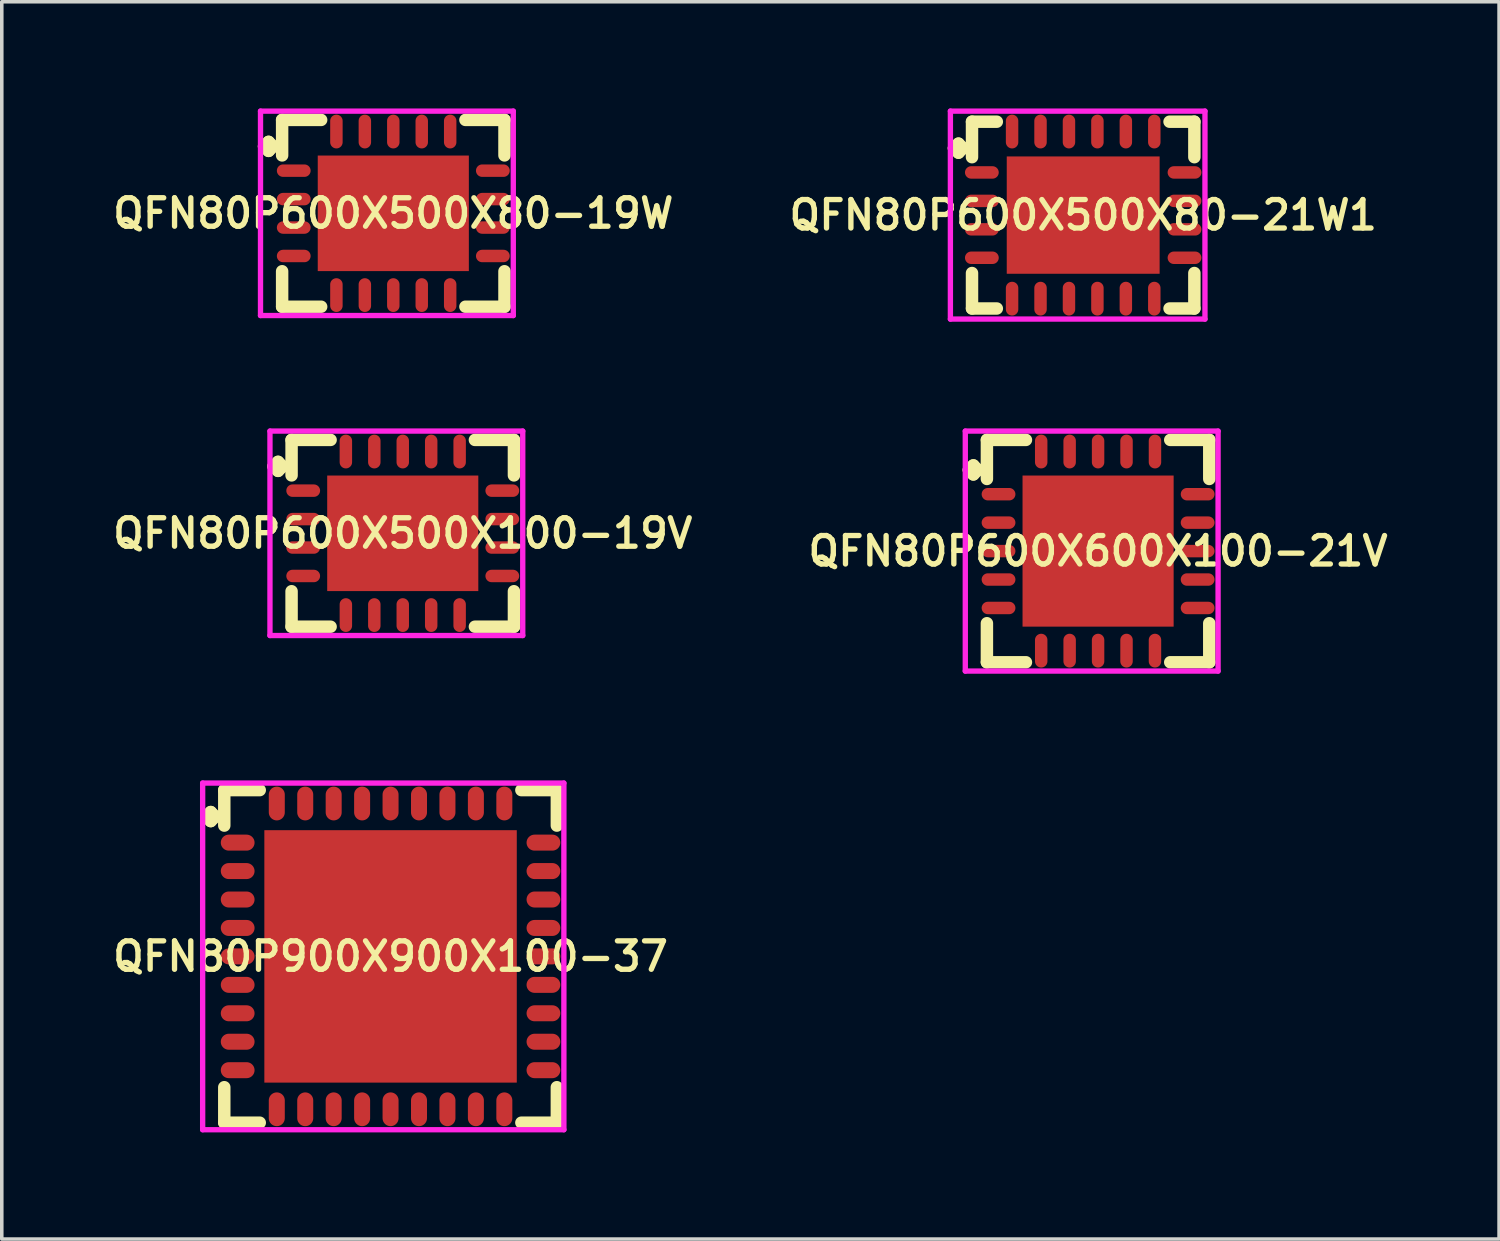
<source format=kicad_pcb>
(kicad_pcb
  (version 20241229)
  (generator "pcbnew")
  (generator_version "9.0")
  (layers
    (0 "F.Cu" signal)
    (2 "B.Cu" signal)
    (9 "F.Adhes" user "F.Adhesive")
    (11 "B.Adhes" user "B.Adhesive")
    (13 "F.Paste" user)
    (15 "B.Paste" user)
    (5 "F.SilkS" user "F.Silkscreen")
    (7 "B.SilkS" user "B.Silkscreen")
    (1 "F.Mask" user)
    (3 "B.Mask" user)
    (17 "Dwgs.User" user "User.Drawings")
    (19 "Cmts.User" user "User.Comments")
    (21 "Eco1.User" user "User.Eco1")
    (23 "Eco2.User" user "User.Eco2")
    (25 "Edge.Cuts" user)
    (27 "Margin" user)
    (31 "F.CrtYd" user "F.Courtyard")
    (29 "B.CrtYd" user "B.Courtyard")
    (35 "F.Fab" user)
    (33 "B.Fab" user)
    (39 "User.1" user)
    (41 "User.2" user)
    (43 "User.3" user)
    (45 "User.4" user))
  (footprint "QFN80P600X600X100-21V"
    (layer "F.Cu")
    (at 27.835 12.45)
    (property "Reference" "QFN80P600X600X100-21V" (at 0 0 0) (layer "F.SilkS") (effects (font (size 0.8 0.8) (thickness 0.15))))
    (attr smd)
    (fp_line (start -3.635 -2.283) (end -3.508 -2.41) (stroke (width 0.35) (type solid)) (layer "F.SilkS"))
    (fp_line (start -3.508 -2.41) (end -3.381 -2.283) (stroke (width 0.35) (type solid)) (layer "F.SilkS"))
    (fp_line (start -3.508 -2.156) (end -3.635 -2.283) (stroke (width 0.35) (type solid)) (layer "F.SilkS"))
    (fp_line (start -3.381 -2.283) (end -3.508 -2.156) (stroke (width 0.35) (type solid)) (layer "F.SilkS"))
    (fp_line (start -3.127 -3.127) (end -2.029 -3.127) (stroke (width 0.35) (type solid)) (layer "F.SilkS"))
    (fp_line (start -3.127 -2.029) (end -3.127 -3.127) (stroke (width 0.35) (type solid)) (layer "F.SilkS"))
    (fp_line (start -3.127 2.029) (end -3.127 3.127) (stroke (width 0.35) (type solid)) (layer "F.SilkS"))
    (fp_line (start -3.127 3.127) (end -2.029 3.127) (stroke (width 0.35) (type solid)) (layer "F.SilkS"))
    (fp_line (start 2.029 -3.127) (end 3.127 -3.127) (stroke (width 0.35) (type solid)) (layer "F.SilkS"))
    (fp_line (start 2.029 3.127) (end 3.127 3.127) (stroke (width 0.35) (type solid)) (layer "F.SilkS"))
    (fp_line (start 3.127 -3.127) (end 3.127 -2.029) (stroke (width 0.35) (type solid)) (layer "F.SilkS"))
    (fp_line (start 3.127 3.127) (end 3.127 2.029) (stroke (width 0.35) (type solid)) (layer "F.SilkS"))
    (fp_line (start -3.735 -3.375) (end 3.375 -3.375) (stroke (width 0.15) (type solid)) (layer "F.CrtYd"))
    (fp_line (start -3.735 3.375) (end -3.735 -3.375) (stroke (width 0.15) (type solid)) (layer "F.CrtYd"))
    (fp_line (start 3.375 -3.375) (end 3.375 3.375) (stroke (width 0.15) (type solid)) (layer "F.CrtYd"))
    (fp_line (start 3.375 3.375) (end -3.735 3.375) (stroke (width 0.15) (type solid)) (layer "F.CrtYd"))
    (pad "1" smd oval (at -2.8 -1.6) (size 0.95 0.35) (layers "F.Cu" "F.Mask" "F.Paste"))
    (pad "2" smd oval (at -2.8 -0.8) (size 0.95 0.35) (layers "F.Cu" "F.Mask" "F.Paste"))
    (pad "3" smd oval (at -2.8 0) (size 0.95 0.35) (layers "F.Cu" "F.Mask" "F.Paste"))
    (pad "4" smd oval (at -2.8 0.8) (size 0.95 0.35) (layers "F.Cu" "F.Mask" "F.Paste"))
    (pad "5" smd oval (at -2.8 1.6) (size 0.95 0.35) (layers "F.Cu" "F.Mask" "F.Paste"))
    (pad "6" smd oval (at -1.6 2.8) (size 0.35 0.95) (layers "F.Cu" "F.Mask" "F.Paste"))
    (pad "7" smd oval (at -0.8 2.8) (size 0.35 0.95) (layers "F.Cu" "F.Mask" "F.Paste"))
    (pad "8" smd oval (at 0 2.8) (size 0.35 0.95) (layers "F.Cu" "F.Mask" "F.Paste"))
    (pad "9" smd oval (at 0.8 2.8) (size 0.35 0.95) (layers "F.Cu" "F.Mask" "F.Paste"))
    (pad "10" smd oval (at 1.6 2.8) (size 0.35 0.95) (layers "F.Cu" "F.Mask" "F.Paste"))
    (pad "11" smd oval (at 2.8 1.6) (size 0.95 0.35) (layers "F.Cu" "F.Mask" "F.Paste"))
    (pad "12" smd oval (at 2.8 0.8) (size 0.95 0.35) (layers "F.Cu" "F.Mask" "F.Paste"))
    (pad "13" smd oval (at 2.8 0) (size 0.95 0.35) (layers "F.Cu" "F.Mask" "F.Paste"))
    (pad "14" smd oval (at 2.8 -0.8) (size 0.95 0.35) (layers "F.Cu" "F.Mask" "F.Paste"))
    (pad "15" smd oval (at 2.8 -1.6) (size 0.95 0.35) (layers "F.Cu" "F.Mask" "F.Paste"))
    (pad "16" smd oval (at 1.6 -2.8) (size 0.35 0.95) (layers "F.Cu" "F.Mask" "F.Paste"))
    (pad "17" smd oval (at 0.8 -2.8) (size 0.35 0.95) (layers "F.Cu" "F.Mask" "F.Paste"))
    (pad "18" smd oval (at 0 -2.8) (size 0.35 0.95) (layers "F.Cu" "F.Mask" "F.Paste"))
    (pad "19" smd oval (at -0.8 -2.8) (size 0.35 0.95) (layers "F.Cu" "F.Mask" "F.Paste"))
    (pad "20" smd oval (at -1.6 -2.8) (size 0.35 0.95) (layers "F.Cu" "F.Mask" "F.Paste"))
    (pad "21" smd rect (at 0 0) (size 4.25 4.25) (layers "F.Cu" "F.Mask" "F.Paste")))
  (footprint "QFN80P600X500X80-19W"
    (layer "F.Cu")
    (at 8.012 2.95)
    (property "Reference" "QFN80P600X500X80-19W" (at 0 0 0) (layer "F.SilkS") (effects (font (size 0.8 0.8) (thickness 0.15))))
    (attr smd)
    (fp_line (start -3.635 -1.883) (end -3.508 -2.01) (stroke (width 0.35) (type solid)) (layer "F.SilkS"))
    (fp_line (start -3.508 -2.01) (end -3.381 -1.883) (stroke (width 0.35) (type solid)) (layer "F.SilkS"))
    (fp_line (start -3.508 -1.756) (end -3.635 -1.883) (stroke (width 0.35) (type solid)) (layer "F.SilkS"))
    (fp_line (start -3.381 -1.883) (end -3.508 -1.756) (stroke (width 0.35) (type solid)) (layer "F.SilkS"))
    (fp_line (start -3.127 -2.627) (end -2.029 -2.627) (stroke (width 0.35) (type solid)) (layer "F.SilkS"))
    (fp_line (start -3.127 -1.629) (end -3.127 -2.627) (stroke (width 0.35) (type solid)) (layer "F.SilkS"))
    (fp_line (start -3.127 1.629) (end -3.127 2.627) (stroke (width 0.35) (type solid)) (layer "F.SilkS"))
    (fp_line (start -3.127 2.627) (end -2.029 2.627) (stroke (width 0.35) (type solid)) (layer "F.SilkS"))
    (fp_line (start 2.029 -2.627) (end 3.127 -2.627) (stroke (width 0.35) (type solid)) (layer "F.SilkS"))
    (fp_line (start 2.029 2.627) (end 3.127 2.627) (stroke (width 0.35) (type solid)) (layer "F.SilkS"))
    (fp_line (start 3.127 -2.627) (end 3.127 -1.629) (stroke (width 0.35) (type solid)) (layer "F.SilkS"))
    (fp_line (start 3.127 2.627) (end 3.127 1.629) (stroke (width 0.35) (type solid)) (layer "F.SilkS"))
    (fp_line (start -3.735 -2.875) (end 3.375 -2.875) (stroke (width 0.15) (type solid)) (layer "F.CrtYd"))
    (fp_line (start -3.735 2.875) (end -3.735 -2.875) (stroke (width 0.15) (type solid)) (layer "F.CrtYd"))
    (fp_line (start 3.375 -2.875) (end 3.375 2.875) (stroke (width 0.15) (type solid)) (layer "F.CrtYd"))
    (fp_line (start 3.375 2.875) (end -3.735 2.875) (stroke (width 0.15) (type solid)) (layer "F.CrtYd"))
    (pad "1" smd oval (at -2.8 -1.2) (size 0.95 0.35) (layers "F.Cu" "F.Mask" "F.Paste"))
    (pad "2" smd oval (at -2.8 -0.4) (size 0.95 0.35) (layers "F.Cu" "F.Mask" "F.Paste"))
    (pad "3" smd oval (at -2.8 0.4) (size 0.95 0.35) (layers "F.Cu" "F.Mask" "F.Paste"))
    (pad "4" smd oval (at -2.8 1.2) (size 0.95 0.35) (layers "F.Cu" "F.Mask" "F.Paste"))
    (pad "5" smd oval (at -1.6 2.3) (size 0.35 0.95) (layers "F.Cu" "F.Mask" "F.Paste"))
    (pad "6" smd oval (at -0.8 2.3) (size 0.35 0.95) (layers "F.Cu" "F.Mask" "F.Paste"))
    (pad "7" smd oval (at 0 2.3) (size 0.35 0.95) (layers "F.Cu" "F.Mask" "F.Paste"))
    (pad "8" smd oval (at 0.8 2.3) (size 0.35 0.95) (layers "F.Cu" "F.Mask" "F.Paste"))
    (pad "9" smd oval (at 1.6 2.3) (size 0.35 0.95) (layers "F.Cu" "F.Mask" "F.Paste"))
    (pad "10" smd oval (at 2.8 1.2) (size 0.95 0.35) (layers "F.Cu" "F.Mask" "F.Paste"))
    (pad "11" smd oval (at 2.8 0.4) (size 0.95 0.35) (layers "F.Cu" "F.Mask" "F.Paste"))
    (pad "12" smd oval (at 2.8 -0.4) (size 0.95 0.35) (layers "F.Cu" "F.Mask" "F.Paste"))
    (pad "13" smd oval (at 2.8 -1.2) (size 0.95 0.35) (layers "F.Cu" "F.Mask" "F.Paste"))
    (pad "14" smd oval (at 1.6 -2.3) (size 0.35 0.95) (layers "F.Cu" "F.Mask" "F.Paste"))
    (pad "15" smd oval (at 0.8 -2.3) (size 0.35 0.95) (layers "F.Cu" "F.Mask" "F.Paste"))
    (pad "16" smd oval (at 0 -2.3) (size 0.35 0.95) (layers "F.Cu" "F.Mask" "F.Paste"))
    (pad "17" smd oval (at -0.8 -2.3) (size 0.35 0.95) (layers "F.Cu" "F.Mask" "F.Paste"))
    (pad "18" smd oval (at -1.6 -2.3) (size 0.35 0.95) (layers "F.Cu" "F.Mask" "F.Paste"))
    (pad "19" smd rect (at 0 0) (size 4.25 3.25) (layers "F.Cu" "F.Mask" "F.Paste")))
  (footprint "QFN80P600X500X100-19V"
    (layer "F.Cu")
    (at 8.278 11.95)
    (property "Reference" "QFN80P600X500X100-19V" (at 0 0 0) (layer "F.SilkS") (effects (font (size 0.8 0.8) (thickness 0.15))))
    (attr smd)
    (fp_line (start -3.635 -1.883) (end -3.508 -2.01) (stroke (width 0.35) (type solid)) (layer "F.SilkS"))
    (fp_line (start -3.508 -2.01) (end -3.381 -1.883) (stroke (width 0.35) (type solid)) (layer "F.SilkS"))
    (fp_line (start -3.508 -1.756) (end -3.635 -1.883) (stroke (width 0.35) (type solid)) (layer "F.SilkS"))
    (fp_line (start -3.381 -1.883) (end -3.508 -1.756) (stroke (width 0.35) (type solid)) (layer "F.SilkS"))
    (fp_line (start -3.127 -2.627) (end -2.029 -2.627) (stroke (width 0.35) (type solid)) (layer "F.SilkS"))
    (fp_line (start -3.127 -1.629) (end -3.127 -2.627) (stroke (width 0.35) (type solid)) (layer "F.SilkS"))
    (fp_line (start -3.127 1.629) (end -3.127 2.627) (stroke (width 0.35) (type solid)) (layer "F.SilkS"))
    (fp_line (start -3.127 2.627) (end -2.029 2.627) (stroke (width 0.35) (type solid)) (layer "F.SilkS"))
    (fp_line (start 2.029 -2.627) (end 3.127 -2.627) (stroke (width 0.35) (type solid)) (layer "F.SilkS"))
    (fp_line (start 2.029 2.627) (end 3.127 2.627) (stroke (width 0.35) (type solid)) (layer "F.SilkS"))
    (fp_line (start 3.127 -2.627) (end 3.127 -1.629) (stroke (width 0.35) (type solid)) (layer "F.SilkS"))
    (fp_line (start 3.127 2.627) (end 3.127 1.629) (stroke (width 0.35) (type solid)) (layer "F.SilkS"))
    (fp_line (start -3.735 -2.875) (end 3.375 -2.875) (stroke (width 0.15) (type solid)) (layer "F.CrtYd"))
    (fp_line (start -3.735 2.875) (end -3.735 -2.875) (stroke (width 0.15) (type solid)) (layer "F.CrtYd"))
    (fp_line (start 3.375 -2.875) (end 3.375 2.875) (stroke (width 0.15) (type solid)) (layer "F.CrtYd"))
    (fp_line (start 3.375 2.875) (end -3.735 2.875) (stroke (width 0.15) (type solid)) (layer "F.CrtYd"))
    (pad "1" smd oval (at -2.8 -1.2) (size 0.95 0.35) (layers "F.Cu" "F.Mask" "F.Paste"))
    (pad "2" smd oval (at -2.8 -0.4) (size 0.95 0.35) (layers "F.Cu" "F.Mask" "F.Paste"))
    (pad "3" smd oval (at -2.8 0.4) (size 0.95 0.35) (layers "F.Cu" "F.Mask" "F.Paste"))
    (pad "4" smd oval (at -2.8 1.2) (size 0.95 0.35) (layers "F.Cu" "F.Mask" "F.Paste"))
    (pad "5" smd oval (at -1.6 2.3) (size 0.35 0.95) (layers "F.Cu" "F.Mask" "F.Paste"))
    (pad "6" smd oval (at -0.8 2.3) (size 0.35 0.95) (layers "F.Cu" "F.Mask" "F.Paste"))
    (pad "7" smd oval (at 0 2.3) (size 0.35 0.95) (layers "F.Cu" "F.Mask" "F.Paste"))
    (pad "8" smd oval (at 0.8 2.3) (size 0.35 0.95) (layers "F.Cu" "F.Mask" "F.Paste"))
    (pad "9" smd oval (at 1.6 2.3) (size 0.35 0.95) (layers "F.Cu" "F.Mask" "F.Paste"))
    (pad "10" smd oval (at 2.8 1.2) (size 0.95 0.35) (layers "F.Cu" "F.Mask" "F.Paste"))
    (pad "11" smd oval (at 2.8 0.4) (size 0.95 0.35) (layers "F.Cu" "F.Mask" "F.Paste"))
    (pad "12" smd oval (at 2.8 -0.4) (size 0.95 0.35) (layers "F.Cu" "F.Mask" "F.Paste"))
    (pad "13" smd oval (at 2.8 -1.2) (size 0.95 0.35) (layers "F.Cu" "F.Mask" "F.Paste"))
    (pad "14" smd oval (at 1.6 -2.3) (size 0.35 0.95) (layers "F.Cu" "F.Mask" "F.Paste"))
    (pad "15" smd oval (at 0.8 -2.3) (size 0.35 0.95) (layers "F.Cu" "F.Mask" "F.Paste"))
    (pad "16" smd oval (at 0 -2.3) (size 0.35 0.95) (layers "F.Cu" "F.Mask" "F.Paste"))
    (pad "17" smd oval (at -0.8 -2.3) (size 0.35 0.95) (layers "F.Cu" "F.Mask" "F.Paste"))
    (pad "18" smd oval (at -1.6 -2.3) (size 0.35 0.95) (layers "F.Cu" "F.Mask" "F.Paste"))
    (pad "19" smd rect (at 0 0) (size 4.25 3.25) (layers "F.Cu" "F.Mask" "F.Paste")))
  (footprint "QFN80P900X900X100-37"
    (layer "F.Cu")
    (at 7.935 23.85)
    (property "Reference" "QFN80P900X900X100-37" (at 0 0 0) (layer "F.SilkS") (effects (font (size 0.8 0.8) (thickness 0.15))))
    (attr smd)
    (fp_line (start -5.185 -3.933) (end -5.058 -4.06) (stroke (width 0.35) (type solid)) (layer "F.SilkS"))
    (fp_line (start -5.058 -4.06) (end -4.931 -3.933) (stroke (width 0.35) (type solid)) (layer "F.SilkS"))
    (fp_line (start -5.058 -3.806) (end -5.185 -3.933) (stroke (width 0.35) (type solid)) (layer "F.SilkS"))
    (fp_line (start -4.931 -3.933) (end -5.058 -3.806) (stroke (width 0.35) (type solid)) (layer "F.SilkS"))
    (fp_line (start -4.677 -4.677) (end -3.679 -4.677) (stroke (width 0.35) (type solid)) (layer "F.SilkS"))
    (fp_line (start -4.677 -3.679) (end -4.677 -4.677) (stroke (width 0.35) (type solid)) (layer "F.SilkS"))
    (fp_line (start -4.677 3.679) (end -4.677 4.677) (stroke (width 0.35) (type solid)) (layer "F.SilkS"))
    (fp_line (start -4.677 4.677) (end -3.679 4.677) (stroke (width 0.35) (type solid)) (layer "F.SilkS"))
    (fp_line (start 3.679 -4.677) (end 4.677 -4.677) (stroke (width 0.35) (type solid)) (layer "F.SilkS"))
    (fp_line (start 3.679 4.677) (end 4.677 4.677) (stroke (width 0.35) (type solid)) (layer "F.SilkS"))
    (fp_line (start 4.677 -4.677) (end 4.677 -3.679) (stroke (width 0.35) (type solid)) (layer "F.SilkS"))
    (fp_line (start 4.677 4.677) (end 4.677 3.679) (stroke (width 0.35) (type solid)) (layer "F.SilkS"))
    (fp_line (start -5.285 -4.875) (end 4.875 -4.875) (stroke (width 0.15) (type solid)) (layer "F.CrtYd"))
    (fp_line (start -5.285 4.875) (end -5.285 -4.875) (stroke (width 0.15) (type solid)) (layer "F.CrtYd"))
    (fp_line (start 4.875 -4.875) (end 4.875 4.875) (stroke (width 0.15) (type solid)) (layer "F.CrtYd"))
    (fp_line (start 4.875 4.875) (end -5.285 4.875) (stroke (width 0.15) (type solid)) (layer "F.CrtYd"))
    (pad "1" smd oval (at -4.3 -3.2) (size 0.95 0.45) (layers "F.Cu" "F.Mask" "F.Paste"))
    (pad "2" smd oval (at -4.3 -2.4) (size 0.95 0.45) (layers "F.Cu" "F.Mask" "F.Paste"))
    (pad "3" smd oval (at -4.3 -1.6) (size 0.95 0.45) (layers "F.Cu" "F.Mask" "F.Paste"))
    (pad "4" smd oval (at -4.3 -0.8) (size 0.95 0.45) (layers "F.Cu" "F.Mask" "F.Paste"))
    (pad "5" smd oval (at -4.3 0) (size 0.95 0.45) (layers "F.Cu" "F.Mask" "F.Paste"))
    (pad "6" smd oval (at -4.3 0.8) (size 0.95 0.45) (layers "F.Cu" "F.Mask" "F.Paste"))
    (pad "7" smd oval (at -4.3 1.6) (size 0.95 0.45) (layers "F.Cu" "F.Mask" "F.Paste"))
    (pad "8" smd oval (at -4.3 2.4) (size 0.95 0.45) (layers "F.Cu" "F.Mask" "F.Paste"))
    (pad "9" smd oval (at -4.3 3.2) (size 0.95 0.45) (layers "F.Cu" "F.Mask" "F.Paste"))
    (pad "10" smd oval (at -3.2 4.3) (size 0.45 0.95) (layers "F.Cu" "F.Mask" "F.Paste"))
    (pad "11" smd oval (at -2.4 4.3) (size 0.45 0.95) (layers "F.Cu" "F.Mask" "F.Paste"))
    (pad "12" smd oval (at -1.6 4.3) (size 0.45 0.95) (layers "F.Cu" "F.Mask" "F.Paste"))
    (pad "13" smd oval (at -0.8 4.3) (size 0.45 0.95) (layers "F.Cu" "F.Mask" "F.Paste"))
    (pad "14" smd oval (at 0 4.3) (size 0.45 0.95) (layers "F.Cu" "F.Mask" "F.Paste"))
    (pad "15" smd oval (at 0.8 4.3) (size 0.45 0.95) (layers "F.Cu" "F.Mask" "F.Paste"))
    (pad "16" smd oval (at 1.6 4.3) (size 0.45 0.95) (layers "F.Cu" "F.Mask" "F.Paste"))
    (pad "17" smd oval (at 2.4 4.3) (size 0.45 0.95) (layers "F.Cu" "F.Mask" "F.Paste"))
    (pad "18" smd oval (at 3.2 4.3) (size 0.45 0.95) (layers "F.Cu" "F.Mask" "F.Paste"))
    (pad "19" smd oval (at 4.3 3.2) (size 0.95 0.45) (layers "F.Cu" "F.Mask" "F.Paste"))
    (pad "20" smd oval (at 4.3 2.4) (size 0.95 0.45) (layers "F.Cu" "F.Mask" "F.Paste"))
    (pad "21" smd oval (at 4.3 1.6) (size 0.95 0.45) (layers "F.Cu" "F.Mask" "F.Paste"))
    (pad "22" smd oval (at 4.3 0.8) (size 0.95 0.45) (layers "F.Cu" "F.Mask" "F.Paste"))
    (pad "23" smd oval (at 4.3 0) (size 0.95 0.45) (layers "F.Cu" "F.Mask" "F.Paste"))
    (pad "24" smd oval (at 4.3 -0.8) (size 0.95 0.45) (layers "F.Cu" "F.Mask" "F.Paste"))
    (pad "25" smd oval (at 4.3 -1.6) (size 0.95 0.45) (layers "F.Cu" "F.Mask" "F.Paste"))
    (pad "26" smd oval (at 4.3 -2.4) (size 0.95 0.45) (layers "F.Cu" "F.Mask" "F.Paste"))
    (pad "27" smd oval (at 4.3 -3.2) (size 0.95 0.45) (layers "F.Cu" "F.Mask" "F.Paste"))
    (pad "28" smd oval (at 3.2 -4.3) (size 0.45 0.95) (layers "F.Cu" "F.Mask" "F.Paste"))
    (pad "29" smd oval (at 2.4 -4.3) (size 0.45 0.95) (layers "F.Cu" "F.Mask" "F.Paste"))
    (pad "30" smd oval (at 1.6 -4.3) (size 0.45 0.95) (layers "F.Cu" "F.Mask" "F.Paste"))
    (pad "31" smd oval (at 0.8 -4.3) (size 0.45 0.95) (layers "F.Cu" "F.Mask" "F.Paste"))
    (pad "32" smd oval (at 0 -4.3) (size 0.45 0.95) (layers "F.Cu" "F.Mask" "F.Paste"))
    (pad "33" smd oval (at -0.8 -4.3) (size 0.45 0.95) (layers "F.Cu" "F.Mask" "F.Paste"))
    (pad "34" smd oval (at -1.6 -4.3) (size 0.45 0.95) (layers "F.Cu" "F.Mask" "F.Paste"))
    (pad "35" smd oval (at -2.4 -4.3) (size 0.45 0.95) (layers "F.Cu" "F.Mask" "F.Paste"))
    (pad "36" smd oval (at -3.2 -4.3) (size 0.45 0.95) (layers "F.Cu" "F.Mask" "F.Paste"))
    (pad "37" smd rect (at 0 0) (size 7.1 7.1) (layers "F.Cu" "F.Mask" "F.Paste")))
  (footprint "QFN80P600X500X80-21W1"
    (layer "F.Cu")
    (at 27.416 3)
    (property "Reference" "QFN80P600X500X80-21W1" (at 0 0 0) (layer "F.SilkS") (effects (font (size 0.8 0.8) (thickness 0.15))))
    (attr smd)
    (fp_line (start -3.635 -1.883) (end -3.508 -2.01) (stroke (width 0.35) (type solid)) (layer "F.SilkS"))
    (fp_line (start -3.508 -2.01) (end -3.381 -1.883) (stroke (width 0.35) (type solid)) (layer "F.SilkS"))
    (fp_line (start -3.508 -1.756) (end -3.635 -1.883) (stroke (width 0.35) (type solid)) (layer "F.SilkS"))
    (fp_line (start -3.381 -1.883) (end -3.508 -1.756) (stroke (width 0.35) (type solid)) (layer "F.SilkS"))
    (fp_line (start -3.127 -2.627) (end -2.429 -2.627) (stroke (width 0.35) (type solid)) (layer "F.SilkS"))
    (fp_line (start -3.127 -1.629) (end -3.127 -2.627) (stroke (width 0.35) (type solid)) (layer "F.SilkS"))
    (fp_line (start -3.127 1.629) (end -3.127 2.627) (stroke (width 0.35) (type solid)) (layer "F.SilkS"))
    (fp_line (start -3.127 2.627) (end -2.429 2.627) (stroke (width 0.35) (type solid)) (layer "F.SilkS"))
    (fp_line (start 2.429 -2.627) (end 3.127 -2.627) (stroke (width 0.35) (type solid)) (layer "F.SilkS"))
    (fp_line (start 2.429 2.627) (end 3.127 2.627) (stroke (width 0.35) (type solid)) (layer "F.SilkS"))
    (fp_line (start 3.127 -2.627) (end 3.127 -1.629) (stroke (width 0.35) (type solid)) (layer "F.SilkS"))
    (fp_line (start 3.127 2.627) (end 3.127 1.629) (stroke (width 0.35) (type solid)) (layer "F.SilkS"))
    (fp_line (start -3.735 -2.925) (end 3.425 -2.925) (stroke (width 0.15) (type solid)) (layer "F.CrtYd"))
    (fp_line (start -3.735 2.925) (end -3.735 -2.925) (stroke (width 0.15) (type solid)) (layer "F.CrtYd"))
    (fp_line (start 3.425 -2.925) (end 3.425 2.925) (stroke (width 0.15) (type solid)) (layer "F.CrtYd"))
    (fp_line (start 3.425 2.925) (end -3.735 2.925) (stroke (width 0.15) (type solid)) (layer "F.CrtYd"))
    (pad "1" smd oval (at -2.85 -1.2) (size 0.95 0.35) (layers "F.Cu" "F.Mask" "F.Paste"))
    (pad "2" smd oval (at -2.85 -0.4) (size 0.95 0.35) (layers "F.Cu" "F.Mask" "F.Paste"))
    (pad "3" smd oval (at -2.85 0.4) (size 0.95 0.35) (layers "F.Cu" "F.Mask" "F.Paste"))
    (pad "4" smd oval (at -2.85 1.2) (size 0.95 0.35) (layers "F.Cu" "F.Mask" "F.Paste"))
    (pad "5" smd oval (at -2 2.35) (size 0.35 0.95) (layers "F.Cu" "F.Mask" "F.Paste"))
    (pad "6" smd oval (at -1.2 2.35) (size 0.35 0.95) (layers "F.Cu" "F.Mask" "F.Paste"))
    (pad "7" smd oval (at -0.4 2.35) (size 0.35 0.95) (layers "F.Cu" "F.Mask" "F.Paste"))
    (pad "8" smd oval (at 0.4 2.35) (size 0.35 0.95) (layers "F.Cu" "F.Mask" "F.Paste"))
    (pad "9" smd oval (at 1.2 2.35) (size 0.35 0.95) (layers "F.Cu" "F.Mask" "F.Paste"))
    (pad "10" smd oval (at 2 2.35) (size 0.35 0.95) (layers "F.Cu" "F.Mask" "F.Paste"))
    (pad "11" smd oval (at 2.85 1.2) (size 0.95 0.35) (layers "F.Cu" "F.Mask" "F.Paste"))
    (pad "12" smd oval (at 2.85 0.4) (size 0.95 0.35) (layers "F.Cu" "F.Mask" "F.Paste"))
    (pad "13" smd oval (at 2.85 -0.4) (size 0.95 0.35) (layers "F.Cu" "F.Mask" "F.Paste"))
    (pad "14" smd oval (at 2.85 -1.2) (size 0.95 0.35) (layers "F.Cu" "F.Mask" "F.Paste"))
    (pad "15" smd oval (at 2 -2.35) (size 0.35 0.95) (layers "F.Cu" "F.Mask" "F.Paste"))
    (pad "16" smd oval (at 1.2 -2.35) (size 0.35 0.95) (layers "F.Cu" "F.Mask" "F.Paste"))
    (pad "17" smd oval (at 0.4 -2.35) (size 0.35 0.95) (layers "F.Cu" "F.Mask" "F.Paste"))
    (pad "18" smd oval (at -0.4 -2.35) (size 0.35 0.95) (layers "F.Cu" "F.Mask" "F.Paste"))
    (pad "19" smd oval (at -1.2 -2.35) (size 0.35 0.95) (layers "F.Cu" "F.Mask" "F.Paste"))
    (pad "20" smd oval (at -2 -2.35) (size 0.35 0.95) (layers "F.Cu" "F.Mask" "F.Paste"))
    (pad "21" smd rect (at 0 0) (size 4.3 3.3) (layers "F.Cu" "F.Mask" "F.Paste")))
  (gr_rect
    (start -3 -3)
    (end 39.113 31.8)
    (stroke (width 0.1) (type default))
    (fill no)
    (layer "Edge.Cuts")))
</source>
